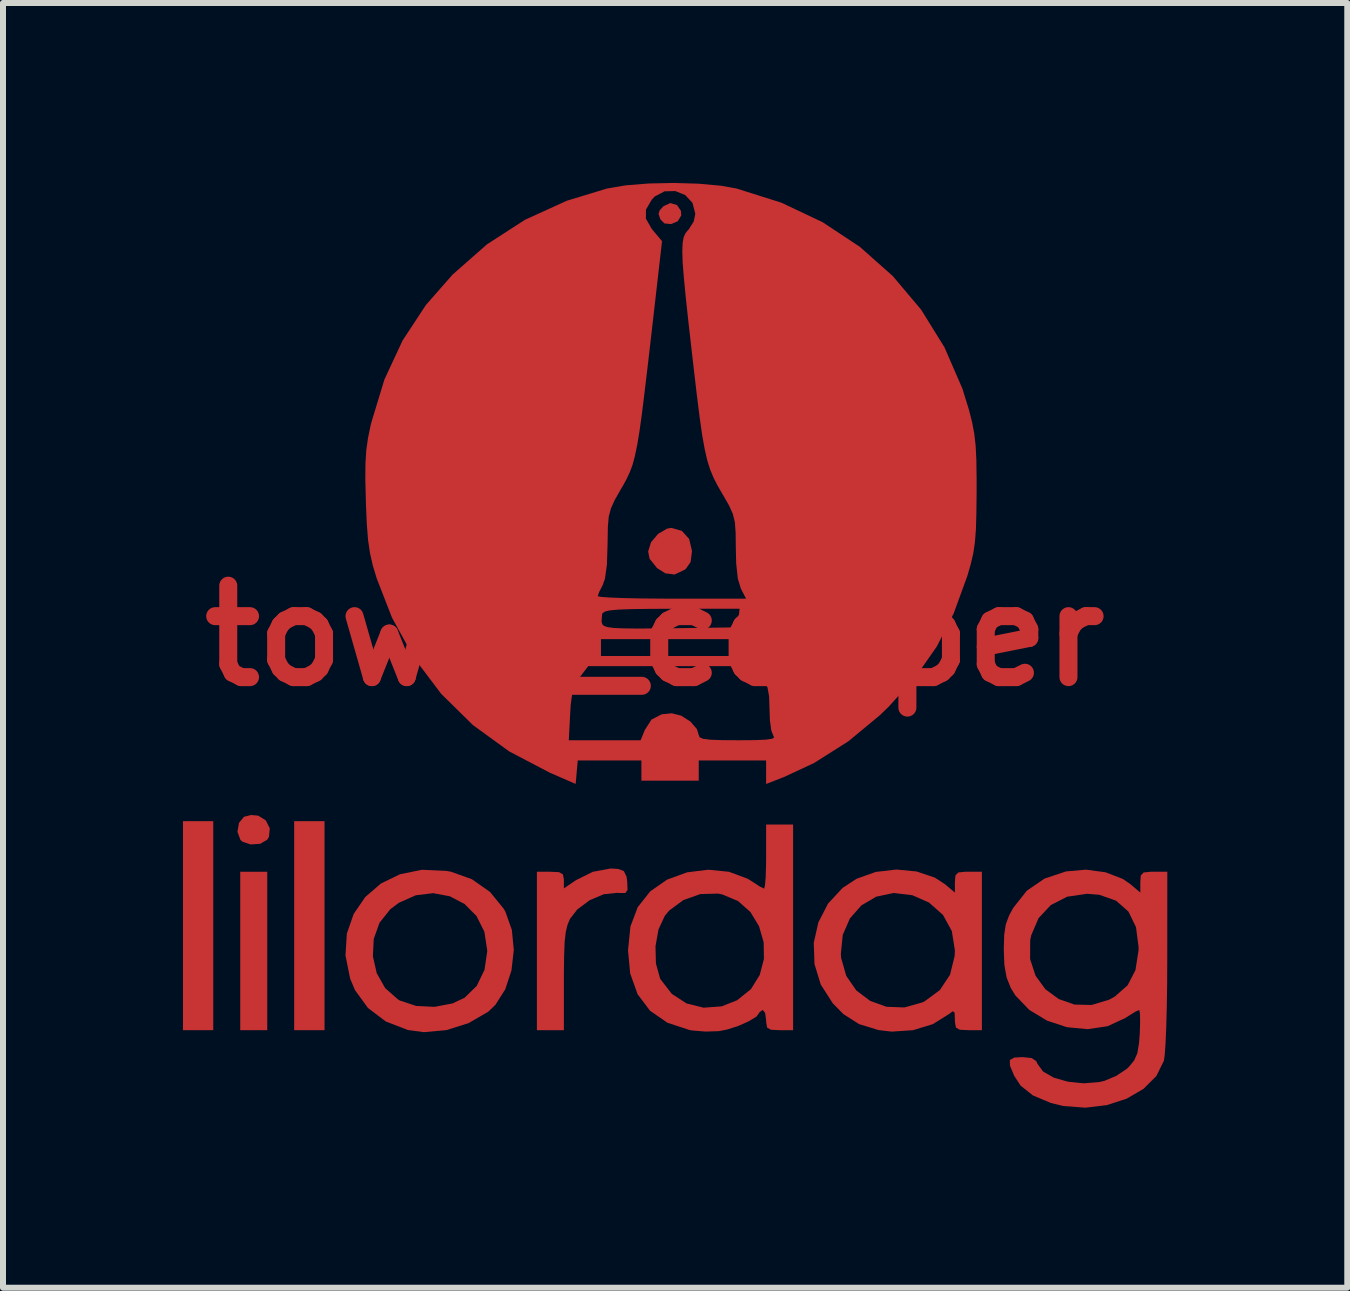
<source format=kicad_pcb>
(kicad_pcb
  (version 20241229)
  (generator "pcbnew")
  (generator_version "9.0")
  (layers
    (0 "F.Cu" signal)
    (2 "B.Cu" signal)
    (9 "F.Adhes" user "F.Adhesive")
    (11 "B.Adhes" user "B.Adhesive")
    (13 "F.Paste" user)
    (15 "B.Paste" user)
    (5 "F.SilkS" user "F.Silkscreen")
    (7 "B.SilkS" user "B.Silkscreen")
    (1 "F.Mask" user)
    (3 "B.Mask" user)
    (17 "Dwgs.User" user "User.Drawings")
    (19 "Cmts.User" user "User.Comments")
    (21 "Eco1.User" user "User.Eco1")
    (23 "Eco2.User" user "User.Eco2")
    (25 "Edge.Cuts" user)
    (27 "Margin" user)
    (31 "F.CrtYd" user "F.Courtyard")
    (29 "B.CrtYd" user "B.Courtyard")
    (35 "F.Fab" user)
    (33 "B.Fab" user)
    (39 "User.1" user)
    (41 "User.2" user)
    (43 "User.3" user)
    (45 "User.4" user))
  (footprint "tower_copper"
    (layer "F.Cu")
    (at 7.867 7.548)
    (property "Reference" "tower_copper" (at 0 0 0) (layer "F.Cu") (effects (font (size 1.524 1.524) (thickness 0.3))))
    (attr board_only exclude_from_pos_files exclude_from_bom)
    (fp_poly (pts (xy -7.362 6.575) (xy -7.867 6.575) (xy -7.867 3.091) (xy -7.362 3.091)) (stroke (width 0) (type solid)) (fill yes) (layer "F.Cu"))
    (fp_poly (pts (xy -6.462 6.575) (xy -6.912 6.575) (xy -6.912 3.934) (xy -6.462 3.934)) (stroke (width 0) (type solid)) (fill yes) (layer "F.Cu"))
    (fp_poly (pts (xy -5.507 6.575) (xy -6.013 6.575) (xy -6.013 3.091) (xy -5.507 3.091)) (stroke (width 0) (type solid)) (fill yes) (layer "F.Cu"))
    (fp_poly (pts (xy 0.368 -7.18) (xy 0.435 -7.082) (xy 0.439 -7.006) (xy 0.381 -6.91) (xy 0.273 -6.863) (xy 0.16 -6.873) (xy 0.091 -6.942) (xy 0.061 -7.035) (xy 0.082 -7.095) (xy 0.144 -7.161) (xy 0.258 -7.213)) (stroke (width 0) (type solid)) (fill yes) (layer "F.Cu"))
    (fp_poly (pts (xy -6.612 2.999) (xy -6.486 3.078) (xy -6.42 3.21) (xy -6.433 3.351) (xy -6.463 3.401) (xy -6.581 3.468) (xy -6.737 3.479) (xy -6.875 3.433) (xy -6.909 3.403) (xy -6.959 3.268) (xy -6.933 3.119) (xy -6.85 3.018) (xy -6.731 2.988)) (stroke (width 0) (type solid)) (fill yes) (layer "F.Cu"))
    (fp_poly (pts (xy 0.45 -1.748) (xy 0.571 -1.614) (xy 0.618 -1.416) (xy 0.618 -1.405) (xy 0.595 -1.228) (xy 0.515 -1.115) (xy 0.493 -1.099) (xy 0.329 -1.021) (xy 0.174 -1.041) (xy 0.036 -1.128) (xy -0.089 -1.284) (xy -0.112 -1.405) (xy -0.065 -1.558) (xy 0.053 -1.698) (xy 0.203 -1.786) (xy 0.276 -1.798)) (stroke (width 0) (type solid)) (fill yes) (layer "F.Cu"))
    (fp_poly (pts (xy -0.611 3.887) (xy -0.517 3.923) (xy -0.472 4.017) (xy -0.461 4.105) (xy -0.456 4.237) (xy -0.492 4.288) (xy -0.597 4.288) (xy -0.629 4.285) (xy -0.853 4.309) (xy -1.088 4.409) (xy -1.293 4.562) (xy -1.415 4.719) (xy -1.456 4.816) (xy -1.485 4.935) (xy -1.504 5.096) (xy -1.513 5.321) (xy -1.517 5.631) (xy -1.517 5.745) (xy -1.517 6.575) (xy -1.967 6.575) (xy -1.967 3.934) (xy -1.742 3.934) (xy -1.597 3.941) (xy -1.533 3.978) (xy -1.517 4.062) (xy -1.517 4.072) (xy -1.517 4.211) (xy -1.315 4.074) (xy -1.034 3.935) (xy -0.742 3.88)) (stroke (width 0) (type solid)) (fill yes) (layer "F.Cu"))
    (fp_poly (pts (xy -3.479 3.919) (xy -3.401 3.933) (xy -3.05 4.059) (xy -2.748 4.271) (xy -2.52 4.551) (xy -2.491 4.603) (xy -2.384 4.905) (xy -2.352 5.24) (xy -2.391 5.579) (xy -2.494 5.893) (xy -2.658 6.152) (xy -2.778 6.267) (xy -3.107 6.458) (xy -3.476 6.574) (xy -3.851 6.608) (xy -4.118 6.572) (xy -4.486 6.43) (xy -4.783 6.205) (xy -4.999 5.908) (xy -5.08 5.716) (xy -5.155 5.344) (xy -4.701 5.344) (xy -4.637 5.625) (xy -4.497 5.873) (xy -4.283 6.062) (xy -4.251 6.081) (xy -3.98 6.171) (xy -3.673 6.186) (xy -3.373 6.129) (xy -3.172 6.034) (xy -2.97 5.837) (xy -2.84 5.569) (xy -2.794 5.255) (xy -2.794 5.254) (xy -2.842 4.935) (xy -2.974 4.672) (xy -3.172 4.472) (xy -3.418 4.343) (xy -3.696 4.291) (xy -3.986 4.326) (xy -4.271 4.453) (xy -4.411 4.559) (xy -4.591 4.785) (xy -4.687 5.055) (xy -4.701 5.344) (xy -5.155 5.344) (xy -5.158 5.329) (xy -5.135 4.965) (xy -5.021 4.637) (xy -4.828 4.355) (xy -4.567 4.13) (xy -4.248 3.975) (xy -3.882 3.901)) (stroke (width 0) (type solid)) (fill yes) (layer "F.Cu"))
    (fp_poly (pts (xy 4.365 3.93) (xy 4.667 4.032) (xy 4.836 4.142) (xy 5.001 4.281) (xy 5.001 4.107) (xy 5.01 3.996) (xy 5.057 3.946) (xy 5.174 3.934) (xy 5.226 3.934) (xy 5.451 3.934) (xy 5.451 6.575) (xy 5.226 6.575) (xy 5.082 6.568) (xy 5.018 6.532) (xy 5.002 6.441) (xy 5.001 6.397) (xy 4.996 6.281) (xy 4.966 6.259) (xy 4.903 6.306) (xy 4.634 6.474) (xy 4.304 6.575) (xy 3.948 6.599) (xy 3.727 6.573) (xy 3.404 6.474) (xy 3.142 6.307) (xy 2.965 6.127) (xy 2.765 5.814) (xy 2.66 5.472) (xy 2.655 5.303) (xy 3.1 5.303) (xy 3.105 5.372) (xy 3.19 5.67) (xy 3.357 5.912) (xy 3.587 6.086) (xy 3.861 6.185) (xy 4.16 6.196) (xy 4.462 6.111) (xy 4.496 6.094) (xy 4.75 5.907) (xy 4.92 5.651) (xy 4.997 5.339) (xy 5.001 5.244) (xy 4.95 4.923) (xy 4.802 4.653) (xy 4.569 4.447) (xy 4.291 4.325) (xy 3.977 4.288) (xy 3.689 4.35) (xy 3.442 4.495) (xy 3.251 4.712) (xy 3.132 4.986) (xy 3.1 5.303) (xy 2.655 5.303) (xy 2.648 5.12) (xy 2.725 4.778) (xy 2.886 4.466) (xy 3.128 4.204) (xy 3.362 4.051) (xy 3.682 3.937) (xy 4.027 3.897)) (stroke (width 0) (type solid)) (fill yes) (layer "F.Cu"))
    (fp_poly (pts (xy 2.304 6.575) (xy 2.079 6.575) (xy 1.935 6.568) (xy 1.871 6.532) (xy 1.855 6.442) (xy 1.854 6.406) (xy 1.838 6.288) (xy 1.799 6.238) (xy 1.798 6.238) (xy 1.744 6.273) (xy 1.742 6.283) (xy 1.693 6.348) (xy 1.566 6.426) (xy 1.394 6.503) (xy 1.208 6.563) (xy 1.068 6.591) (xy 0.846 6.598) (xy 0.621 6.58) (xy 0.58 6.573) (xy 0.209 6.451) (xy -0.081 6.251) (xy -0.288 5.976) (xy -0.412 5.629) (xy -0.448 5.242) (xy -0.441 5.176) (xy 0.01 5.176) (xy 0.017 5.462) (xy 0.085 5.708) (xy 0.095 5.728) (xy 0.281 5.969) (xy 0.527 6.129) (xy 0.811 6.2) (xy 1.112 6.178) (xy 1.371 6.076) (xy 1.601 5.891) (xy 1.748 5.654) (xy 1.818 5.386) (xy 1.813 5.109) (xy 1.736 4.842) (xy 1.593 4.606) (xy 1.386 4.422) (xy 1.12 4.311) (xy 1.05 4.298) (xy 0.758 4.306) (xy 0.475 4.406) (xy 0.238 4.581) (xy 0.165 4.669) (xy 0.06 4.896) (xy 0.01 5.176) (xy -0.441 5.176) (xy -0.408 4.847) (xy -0.286 4.524) (xy -0.078 4.261) (xy -0.077 4.26) (xy 0.204 4.065) (xy 0.536 3.944) (xy 0.89 3.9) (xy 1.237 3.935) (xy 1.548 4.051) (xy 1.638 4.108) (xy 1.75 4.181) (xy 1.819 4.214) (xy 1.821 4.215) (xy 1.835 4.162) (xy 1.847 4.022) (xy 1.853 3.819) (xy 1.854 3.681) (xy 1.854 3.147) (xy 2.304 3.147)) (stroke (width 0) (type solid)) (fill yes) (layer "F.Cu"))
    (fp_poly (pts (xy 7.513 3.943) (xy 7.8 4.054) (xy 7.924 4.139) (xy 8.092 4.281) (xy 8.092 4.107) (xy 8.1 3.996) (xy 8.147 3.946) (xy 8.265 3.934) (xy 8.317 3.934) (xy 8.542 3.934) (xy 8.541 5.409) (xy 8.539 5.816) (xy 8.533 6.196) (xy 8.524 6.531) (xy 8.512 6.804) (xy 8.498 6.997) (xy 8.485 7.085) (xy 8.359 7.34) (xy 8.145 7.553) (xy 7.864 7.717) (xy 7.534 7.824) (xy 7.176 7.867) (xy 6.808 7.839) (xy 6.602 7.789) (xy 6.302 7.663) (xy 6.096 7.499) (xy 5.99 7.336) (xy 5.919 7.167) (xy 5.917 7.072) (xy 5.991 7.032) (xy 6.121 7.024) (xy 6.278 7.039) (xy 6.357 7.091) (xy 6.378 7.137) (xy 6.473 7.266) (xy 6.651 7.367) (xy 6.885 7.434) (xy 7.146 7.461) (xy 7.407 7.44) (xy 7.496 7.419) (xy 7.691 7.337) (xy 7.867 7.219) (xy 7.903 7.185) (xy 7.99 7.078) (xy 8.042 6.961) (xy 8.07 6.796) (xy 8.083 6.629) (xy 8.089 6.436) (xy 8.086 6.296) (xy 8.074 6.238) (xy 8.073 6.238) (xy 8.011 6.266) (xy 7.893 6.339) (xy 7.844 6.371) (xy 7.546 6.509) (xy 7.213 6.558) (xy 6.868 6.525) (xy 6.537 6.416) (xy 6.242 6.238) (xy 6.009 5.996) (xy 5.933 5.872) (xy 5.863 5.697) (xy 5.826 5.488) (xy 5.822 5.39) (xy 6.255 5.39) (xy 6.345 5.666) (xy 6.509 5.892) (xy 6.732 6.056) (xy 6.994 6.148) (xy 7.28 6.155) (xy 7.572 6.067) (xy 7.668 6.014) (xy 7.881 5.826) (xy 8.011 5.574) (xy 8.062 5.248) (xy 8.063 5.188) (xy 8.02 4.857) (xy 7.894 4.598) (xy 7.689 4.417) (xy 7.41 4.318) (xy 7.204 4.301) (xy 6.873 4.35) (xy 6.6 4.489) (xy 6.396 4.707) (xy 6.273 4.994) (xy 6.256 5.075) (xy 6.255 5.39) (xy 5.822 5.39) (xy 5.816 5.226) (xy 5.823 4.985) (xy 5.849 4.812) (xy 5.906 4.66) (xy 5.974 4.536) (xy 6.2 4.25) (xy 6.495 4.048) (xy 6.851 3.929) (xy 7.185 3.899)) (stroke (width 0) (type solid)) (fill yes) (layer "F.Cu"))
    (fp_poly (pts (xy 0.725 -7.536) (xy 1.1 -7.502) (xy 1.362 -7.455) (xy 2.107 -7.22) (xy 2.794 -6.895) (xy 3.416 -6.484) (xy 3.966 -5.996) (xy 4.439 -5.435) (xy 4.828 -4.807) (xy 5.126 -4.12) (xy 5.236 -3.764) (xy 5.288 -3.56) (xy 5.324 -3.37) (xy 5.347 -3.167) (xy 5.359 -2.923) (xy 5.363 -2.61) (xy 5.363 -2.388) (xy 5.359 -2.034) (xy 5.351 -1.765) (xy 5.334 -1.553) (xy 5.307 -1.371) (xy 5.265 -1.193) (xy 5.208 -0.995) (xy 4.981 -0.373) (xy 4.699 0.18) (xy 4.343 0.689) (xy 3.898 1.182) (xy 3.751 1.324) (xy 3.226 1.759) (xy 2.657 2.119) (xy 2.149 2.356) (xy 1.854 2.471) (xy 1.854 2.079) (xy 0.731 2.079) (xy 0.731 2.416) (xy -0.225 2.416) (xy -0.225 2.079) (xy -1.286 2.079) (xy -1.321 2.47) (xy -1.749 2.284) (xy -2.427 1.929) (xy -2.685 1.742) (xy -1.435 1.742) (xy -0.238 1.742) (xy -0.168 1.571) (xy -0.056 1.397) (xy 0.112 1.31) (xy 0.28 1.292) (xy 0.438 1.332) (xy 0.591 1.429) (xy 0.7 1.555) (xy 0.731 1.655) (xy 0.746 1.693) (xy 0.805 1.718) (xy 0.924 1.733) (xy 1.121 1.74) (xy 1.388 1.742) (xy 1.674 1.74) (xy 1.861 1.731) (xy 1.962 1.715) (xy 1.989 1.691) (xy 1.978 1.675) (xy 1.941 1.582) (xy 1.917 1.409) (xy 1.911 1.229) (xy 1.904 1.011) (xy 1.878 0.865) (xy 1.822 0.752) (xy 1.765 0.679) (xy 1.62 0.506) (xy -1.111 0.506) (xy -1.251 0.69) (xy -1.328 0.812) (xy -1.376 0.952) (xy -1.403 1.147) (xy -1.413 1.308) (xy -1.435 1.742) (xy -2.685 1.742) (xy -3.032 1.49) (xy -3.562 0.969) (xy -4.013 0.371) (xy -4.032 0.337) (xy -0.899 0.337) (xy 1.405 0.337) (xy 1.405 0.056) (xy -0.899 0.056) (xy -0.899 0.337) (xy -4.032 0.337) (xy -4.348 -0.239) (xy -0.889 -0.239) (xy -0.878 -0.195) (xy -0.853 -0.166) (xy -0.795 -0.145) (xy -0.688 -0.13) (xy -0.519 -0.123) (xy -0.273 -0.12) (xy 0.063 -0.123) (xy 0.266 -0.125) (xy 1.377 -0.14) (xy 1.395 -0.295) (xy 1.412 -0.45) (xy 0.283 -0.45) (xy -0.109 -0.448) (xy -0.402 -0.444) (xy -0.611 -0.436) (xy -0.75 -0.423) (xy -0.832 -0.404) (xy -0.871 -0.378) (xy -0.879 -0.365) (xy -0.889 -0.239) (xy -4.348 -0.239) (xy -4.382 -0.301) (xy -4.522 -0.66) (xy -0.953 -0.66) (xy -0.9 -0.648) (xy -0.751 -0.637) (xy -0.521 -0.628) (xy -0.227 -0.622) (xy 0.115 -0.619) (xy 0.282 -0.618) (xy 1.52 -0.618) (xy 1.434 -0.784) (xy 1.383 -0.95) (xy 1.355 -1.207) (xy 1.349 -1.469) (xy 1.346 -1.719) (xy 1.333 -1.894) (xy 1.299 -2.032) (xy 1.236 -2.172) (xy 1.134 -2.35) (xy 1.127 -2.361) (xy 1.045 -2.503) (xy 0.978 -2.634) (xy 0.922 -2.768) (xy 0.874 -2.921) (xy 0.831 -3.107) (xy 0.789 -3.34) (xy 0.747 -3.635) (xy 0.7 -4.007) (xy 0.646 -4.469) (xy 0.619 -4.704) (xy 0.56 -5.221) (xy 0.515 -5.638) (xy 0.483 -5.968) (xy 0.463 -6.221) (xy 0.457 -6.41) (xy 0.462 -6.546) (xy 0.479 -6.641) (xy 0.508 -6.708) (xy 0.548 -6.758) (xy 0.562 -6.771) (xy 0.647 -6.905) (xy 0.674 -7.033) (xy 0.627 -7.216) (xy 0.506 -7.346) (xy 0.341 -7.413) (xy 0.162 -7.409) (xy -0.003 -7.322) (xy -0.052 -7.27) (xy -0.149 -7.104) (xy -0.15 -6.953) (xy -0.054 -6.785) (xy -0.025 -6.749) (xy 0.119 -6.578) (xy -0.053 -5.073) (xy -0.117 -4.521) (xy -0.171 -4.068) (xy -0.216 -3.702) (xy -0.257 -3.409) (xy -0.295 -3.179) (xy -0.333 -2.997) (xy -0.372 -2.851) (xy -0.417 -2.73) (xy -0.468 -2.62) (xy -0.528 -2.509) (xy -0.566 -2.445) (xy -0.669 -2.264) (xy -0.733 -2.123) (xy -0.769 -1.987) (xy -0.784 -1.817) (xy -0.788 -1.578) (xy -0.789 -1.525) (xy -0.8 -1.183) (xy -0.833 -0.949) (xy -0.871 -0.843) (xy -0.93 -0.727) (xy -0.953 -0.66) (xy -4.522 -0.66) (xy -4.637 -0.955) (xy -4.703 -1.174) (xy -4.749 -1.376) (xy -4.781 -1.593) (xy -4.802 -1.856) (xy -4.817 -2.197) (xy -4.818 -2.248) (xy -4.827 -2.6) (xy -4.825 -2.871) (xy -4.811 -3.094) (xy -4.782 -3.298) (xy -4.737 -3.515) (xy -4.728 -3.551) (xy -4.509 -4.271) (xy -4.207 -4.92) (xy -3.817 -5.514) (xy -3.373 -6.02) (xy -2.8 -6.524) (xy -2.166 -6.934) (xy -1.47 -7.251) (xy -0.8 -7.455) (xy -0.49 -7.508) (xy -0.108 -7.539) (xy 0.31 -7.548)) (stroke (width 0) (type solid)) (fill yes) (layer "F.Cu")))
  (gr_rect
    (start -3 -3)
    (end 19.409 18.416)
    (stroke (width 0.1) (type default))
    (fill no)
    (layer "Edge.Cuts")))
</source>
